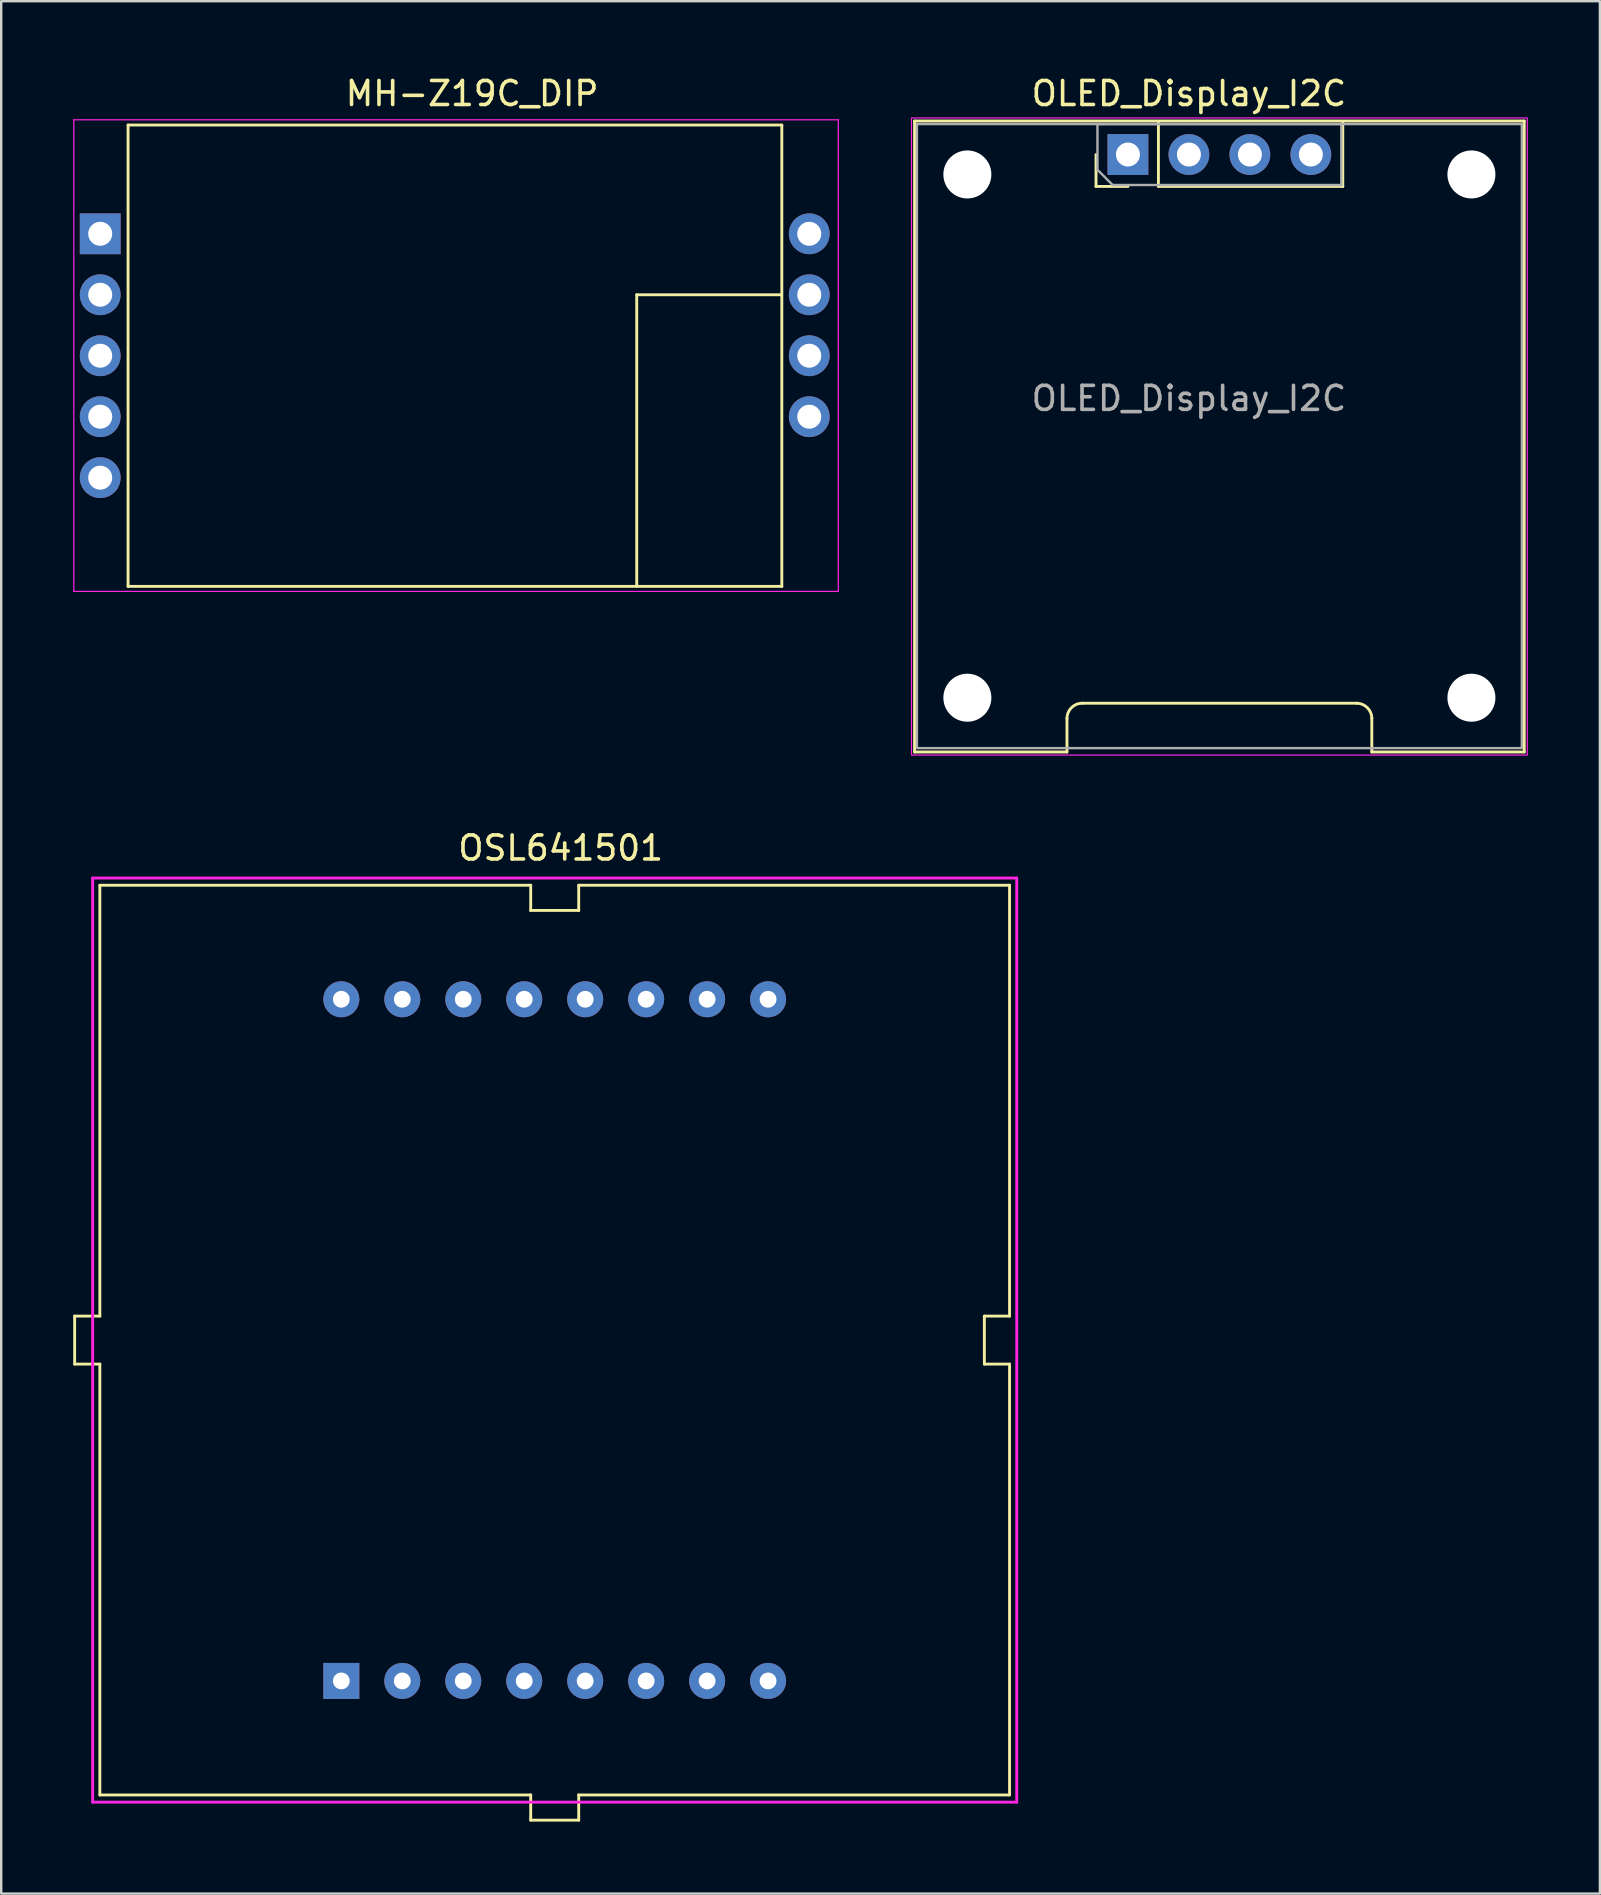
<source format=kicad_pcb>
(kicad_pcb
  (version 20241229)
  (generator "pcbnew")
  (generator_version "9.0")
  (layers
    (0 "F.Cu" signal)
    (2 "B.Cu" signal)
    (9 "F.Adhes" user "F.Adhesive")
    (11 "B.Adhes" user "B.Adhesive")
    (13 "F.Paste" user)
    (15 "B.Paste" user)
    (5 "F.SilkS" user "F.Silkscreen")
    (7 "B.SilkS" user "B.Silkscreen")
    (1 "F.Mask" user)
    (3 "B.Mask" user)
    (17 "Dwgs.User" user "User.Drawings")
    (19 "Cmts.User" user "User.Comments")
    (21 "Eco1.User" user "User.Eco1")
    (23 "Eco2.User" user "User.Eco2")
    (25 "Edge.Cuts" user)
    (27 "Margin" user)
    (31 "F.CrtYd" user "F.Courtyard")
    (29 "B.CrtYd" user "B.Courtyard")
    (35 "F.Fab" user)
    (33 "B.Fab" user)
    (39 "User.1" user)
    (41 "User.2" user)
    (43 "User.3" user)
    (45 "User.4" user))
  (footprint "OSL641501"
    (layer "F.Cu")
    (at 11.17 66.981)
    (property "Reference" "OSL641501" (at 9.14 -34.7 0) (layer "F.SilkS") (effects (font (size 1 1) (thickness 0.15))))
    (attr through_hole)
    (fp_line (start -11.11 -15.2) (end -11.11 -13.2) (stroke (width 0.12) (type solid)) (layer "F.SilkS"))
    (fp_line (start -11.11 -13.2) (end -10.06 -13.2) (stroke (width 0.12) (type solid)) (layer "F.SilkS"))
    (fp_line (start -10.06 -15.2) (end -11.11 -15.2) (stroke (width 0.12) (type solid)) (layer "F.SilkS"))
    (fp_line (start -10.06 -15.2) (end -10.06 -33.15) (stroke (width 0.12) (type solid)) (layer "F.SilkS"))
    (fp_line (start -10.06 4.75) (end -10.06 -13.2) (stroke (width 0.12) (type solid)) (layer "F.SilkS"))
    (fp_line (start 7.89 -33.15) (end -10.06 -33.15) (stroke (width 0.12) (type solid)) (layer "F.SilkS"))
    (fp_line (start 7.89 -33.15) (end 7.89 -32.1) (stroke (width 0.12) (type solid)) (layer "F.SilkS"))
    (fp_line (start 7.89 -32.1) (end 9.89 -32.1) (stroke (width 0.12) (type solid)) (layer "F.SilkS"))
    (fp_line (start 7.89 4.75) (end -10.06 4.75) (stroke (width 0.12) (type solid)) (layer "F.SilkS"))
    (fp_line (start 7.89 4.75) (end 7.89 5.8) (stroke (width 0.12) (type solid)) (layer "F.SilkS"))
    (fp_line (start 7.89 5.8) (end 9.89 5.8) (stroke (width 0.12) (type solid)) (layer "F.SilkS"))
    (fp_line (start 9.89 -32.1) (end 9.89 -33.15) (stroke (width 0.12) (type solid)) (layer "F.SilkS"))
    (fp_line (start 9.89 5.8) (end 9.89 4.75) (stroke (width 0.12) (type solid)) (layer "F.SilkS"))
    (fp_line (start 26.79 -15.2) (end 26.79 -13.2) (stroke (width 0.12) (type solid)) (layer "F.SilkS"))
    (fp_line (start 26.79 -13.2) (end 27.84 -13.2) (stroke (width 0.12) (type solid)) (layer "F.SilkS"))
    (fp_line (start 27.84 -33.15) (end 9.89 -33.15) (stroke (width 0.12) (type solid)) (layer "F.SilkS"))
    (fp_line (start 27.84 -15.2) (end 26.79 -15.2) (stroke (width 0.12) (type solid)) (layer "F.SilkS"))
    (fp_line (start 27.84 -15.2) (end 27.84 -33.15) (stroke (width 0.12) (type solid)) (layer "F.SilkS"))
    (fp_line (start 27.84 4.75) (end 9.89 4.75) (stroke (width 0.12) (type solid)) (layer "F.SilkS"))
    (fp_line (start 27.84 4.75) (end 27.84 -13.2) (stroke (width 0.12) (type solid)) (layer "F.SilkS"))
    (fp_line (start -10.36 -33.45) (end 28.14 -33.45) (stroke (width 0.12) (type solid)) (layer "F.CrtYd"))
    (fp_line (start -10.36 5.05) (end -10.36 -33.45) (stroke (width 0.12) (type solid)) (layer "F.CrtYd"))
    (fp_line (start 28.14 -33.45) (end 28.14 5.05) (stroke (width 0.12) (type solid)) (layer "F.CrtYd"))
    (fp_line (start 28.14 5.05) (end -10.36 5.05) (stroke (width 0.12) (type solid)) (layer "F.CrtYd"))
    (pad "1" thru_hole rect (at 0 0) (size 1.5 1.5) (drill 0.7) (layers "*.Cu" "*.Mask"))
    (pad "2" thru_hole circle (at 2.54 0) (size 1.5 1.5) (drill 0.7) (layers "*.Cu" "*.Mask"))
    (pad "3" thru_hole circle (at 5.08 0) (size 1.5 1.5) (drill 0.7) (layers "*.Cu" "*.Mask"))
    (pad "4" thru_hole circle (at 7.62 0) (size 1.5 1.5) (drill 0.7) (layers "*.Cu" "*.Mask"))
    (pad "5" thru_hole circle (at 10.16 0) (size 1.5 1.5) (drill 0.7) (layers "*.Cu" "*.Mask"))
    (pad "6" thru_hole circle (at 12.7 0) (size 1.5 1.5) (drill 0.7) (layers "*.Cu" "*.Mask"))
    (pad "7" thru_hole circle (at 15.24 0) (size 1.5 1.5) (drill 0.7) (layers "*.Cu" "*.Mask"))
    (pad "8" thru_hole circle (at 17.78 0) (size 1.5 1.5) (drill 0.7) (layers "*.Cu" "*.Mask"))
    (pad "9" thru_hole circle (at 17.78 -28.4) (size 1.5 1.5) (drill 0.7) (layers "*.Cu" "*.Mask"))
    (pad "10" thru_hole circle (at 15.24 -28.4) (size 1.5 1.5) (drill 0.7) (layers "*.Cu" "*.Mask"))
    (pad "11" thru_hole circle (at 12.7 -28.4) (size 1.5 1.5) (drill 0.7) (layers "*.Cu" "*.Mask"))
    (pad "12" thru_hole circle (at 10.16 -28.4) (size 1.5 1.5) (drill 0.7) (layers "*.Cu" "*.Mask"))
    (pad "13" thru_hole circle (at 7.62 -28.4) (size 1.5 1.5) (drill 0.7) (layers "*.Cu" "*.Mask"))
    (pad "14" thru_hole circle (at 5.08 -28.4) (size 1.5 1.5) (drill 0.7) (layers "*.Cu" "*.Mask"))
    (pad "15" thru_hole circle (at 2.54 -28.4) (size 1.5 1.5) (drill 0.7) (layers "*.Cu" "*.Mask"))
    (pad "16" thru_hole circle (at 0 -28.4) (size 1.5 1.5) (drill 0.7) (layers "*.Cu" "*.Mask")))
  (footprint "OLED_Display_I2C"
    (layer "F.Cu")
    (at 43.942 3.388)
    (property "Reference" "OLED_Display_I2C" (at 2.54 -2.54 0) (unlocked yes) (layer "F.SilkS") (effects (font (size 1 1) (thickness 0.15))))
    (attr through_hole)
    (fp_line (start -8.89 -1.397) (end -8.89 24.892) (stroke (width 0.12) (type default)) (layer "F.SilkS"))
    (fp_line (start -8.89 24.892) (end -2.54 24.892) (stroke (width 0.12) (type default)) (layer "F.SilkS"))
    (fp_line (start -2.54 24.892) (end -2.54 23.495) (stroke (width 0.12) (type default)) (layer "F.SilkS"))
    (fp_line (start -1.905 22.86) (end 9.525 22.86) (stroke (width 0.12) (type default)) (layer "F.SilkS"))
    (fp_line (start -1.33 1.33) (end -1.33 0) (stroke (width 0.12) (type solid)) (layer "F.SilkS"))
    (fp_line (start 0 1.33) (end -1.33 1.33) (stroke (width 0.12) (type solid)) (layer "F.SilkS"))
    (fp_line (start 1.27 1.33) (end 1.27 -1.33) (stroke (width 0.12) (type solid)) (layer "F.SilkS"))
    (fp_line (start 1.27 1.33) (end 8.95 1.33) (stroke (width 0.12) (type solid)) (layer "F.SilkS"))
    (fp_line (start 8.95 1.33) (end 8.95 -1.33) (stroke (width 0.12) (type solid)) (layer "F.SilkS"))
    (fp_line (start 10.16 24.892) (end 10.16 23.495) (stroke (width 0.12) (type default)) (layer "F.SilkS"))
    (fp_line (start 10.16 24.892) (end 16.51 24.892) (stroke (width 0.12) (type default)) (layer "F.SilkS"))
    (fp_line (start 16.51 -1.397) (end -8.89 -1.397) (stroke (width 0.12) (type default)) (layer "F.SilkS"))
    (fp_line (start 16.51 24.892) (end 16.51 -1.397) (stroke (width 0.12) (type default)) (layer "F.SilkS"))
    (fp_arc (start -2.54 23.495) (mid -2.354013 23.045987) (end -1.905 22.86) (stroke (width 0.12) (type default)) (layer "F.SilkS"))
    (fp_arc (start 9.525 22.86) (mid 9.974013 23.045987) (end 10.16 23.495) (stroke (width 0.12) (type default)) (layer "F.SilkS"))
    (fp_rect (start -9.017 -1.524) (end 16.637 25.019) (stroke (width 0.05) (type default)) (fill no) (layer "F.CrtYd"))
    (fp_line (start -1.27 -1.27) (end 8.89 -1.27) (stroke (width 0.1) (type solid)) (layer "F.Fab"))
    (fp_line (start -1.27 0.635) (end -1.27 -1.27) (stroke (width 0.1) (type solid)) (layer "F.Fab"))
    (fp_line (start -0.635 1.27) (end -1.27 0.635) (stroke (width 0.1) (type solid)) (layer "F.Fab"))
    (fp_line (start 8.89 -1.27) (end 8.89 1.27) (stroke (width 0.1) (type solid)) (layer "F.Fab"))
    (fp_line (start 8.89 1.27) (end -0.635 1.27) (stroke (width 0.1) (type solid)) (layer "F.Fab"))
    (fp_rect (start -8.79 -1.27) (end 16.41 24.73) (stroke (width 0.1) (type default)) (fill no) (layer "F.Fab"))
    (fp_text user "${REFERENCE}" (at 2.54 10.16 180) (layer "F.Fab") (effects (font (size 1 1) (thickness 0.15))))
    (pad "" np_thru_hole circle (at -6.69 0.83) (size 2 2) (drill 2) (layers "*.Cu" "*.Mask"))
    (pad "" np_thru_hole circle (at -6.69 22.63) (size 2 2) (drill 2) (layers "*.Cu" "*.Mask"))
    (pad "" np_thru_hole circle (at 14.31 0.83) (size 2 2) (drill 2) (layers "*.Cu" "*.Mask"))
    (pad "" np_thru_hole circle (at 14.31 22.63) (size 2 2) (drill 2) (layers "*.Cu" "*.Mask"))
    (pad "1" thru_hole rect (at 0 0 90) (size 1.7 1.7) (drill 1) (layers "*.Cu" "*.Mask"))
    (pad "2" thru_hole oval (at 2.54 0 90) (size 1.7 1.7) (drill 1) (layers "*.Cu" "*.Mask"))
    (pad "3" thru_hole oval (at 5.08 0 90) (size 1.7 1.7) (drill 1) (layers "*.Cu" "*.Mask"))
    (pad "4" thru_hole oval (at 7.62 0 90) (size 1.7 1.7) (drill 1) (layers "*.Cu" "*.Mask")))
  (footprint "MH-Z19C_DIP"
    (layer "F.Cu")
    (at 1.125 6.69)
    (property "Reference" "MH-Z19C_DIP" (at 15.494 -5.842 0) (layer "F.SilkS") (effects (font (size 1 1) (thickness 0.15))))
    (attr through_hole)
    (fp_line (start 1.16 -4.53) (end 1.16 14.69) (stroke (width 0.12) (type solid)) (layer "F.SilkS"))
    (fp_line (start 1.16 -4.53) (end 28.397 -4.53) (stroke (width 0.12) (type solid)) (layer "F.SilkS"))
    (fp_line (start 1.16 14.69) (end 28.397 14.69) (stroke (width 0.12) (type solid)) (layer "F.SilkS"))
    (fp_line (start 22.352 14.681) (end 22.352 2.54) (stroke (width 0.12) (type solid)) (layer "F.SilkS"))
    (fp_line (start 28.346 2.54) (end 22.352 2.54) (stroke (width 0.12) (type solid)) (layer "F.SilkS"))
    (fp_line (start 28.397 14.69) (end 28.397 -4.53) (stroke (width 0.12) (type solid)) (layer "F.SilkS"))
    (fp_line (start -1.1 -4.75) (end -1.1 14.9) (stroke (width 0.05) (type solid)) (layer "F.CrtYd"))
    (fp_line (start -1.1 14.9) (end 30.75 14.9) (stroke (width 0.05) (type solid)) (layer "F.CrtYd"))
    (fp_line (start 30.75 -4.75) (end -1.1 -4.75) (stroke (width 0.05) (type solid)) (layer "F.CrtYd"))
    (fp_line (start 30.75 14.9) (end 30.75 -4.75) (stroke (width 0.05) (type solid)) (layer "F.CrtYd"))
    (pad "1" thru_hole rect (at 0 0) (size 1.7 1.7) (drill 1) (layers "*.Cu" "*.Mask"))
    (pad "2" thru_hole circle (at 0 2.54) (size 1.7 1.7) (drill 1) (layers "*.Cu" "*.Mask"))
    (pad "3" thru_hole circle (at 0 5.08) (size 1.7 1.7) (drill 1) (layers "*.Cu" "*.Mask"))
    (pad "4" thru_hole circle (at 0 7.62) (size 1.7 1.7) (drill 1) (layers "*.Cu" "*.Mask"))
    (pad "5" thru_hole circle (at 0 10.16) (size 1.7 1.7) (drill 1) (layers "*.Cu" "*.Mask"))
    (pad "6" thru_hole circle (at 29.54 7.62) (size 1.7 1.7) (drill 1) (layers "*.Cu" "*.Mask"))
    (pad "7" thru_hole circle (at 29.54 5.08) (size 1.7 1.7) (drill 1) (layers "*.Cu" "*.Mask"))
    (pad "8" thru_hole circle (at 29.54 2.54) (size 1.7 1.7) (drill 1) (layers "*.Cu" "*.Mask"))
    (pad "9" thru_hole circle (at 29.54 0) (size 1.7 1.7) (drill 1) (layers "*.Cu" "*.Mask")))
  (gr_rect
    (start -3 -3)
    (end 63.604 75.841)
    (stroke (width 0.1) (type default))
    (fill no)
    (layer "Edge.Cuts")))
</source>
